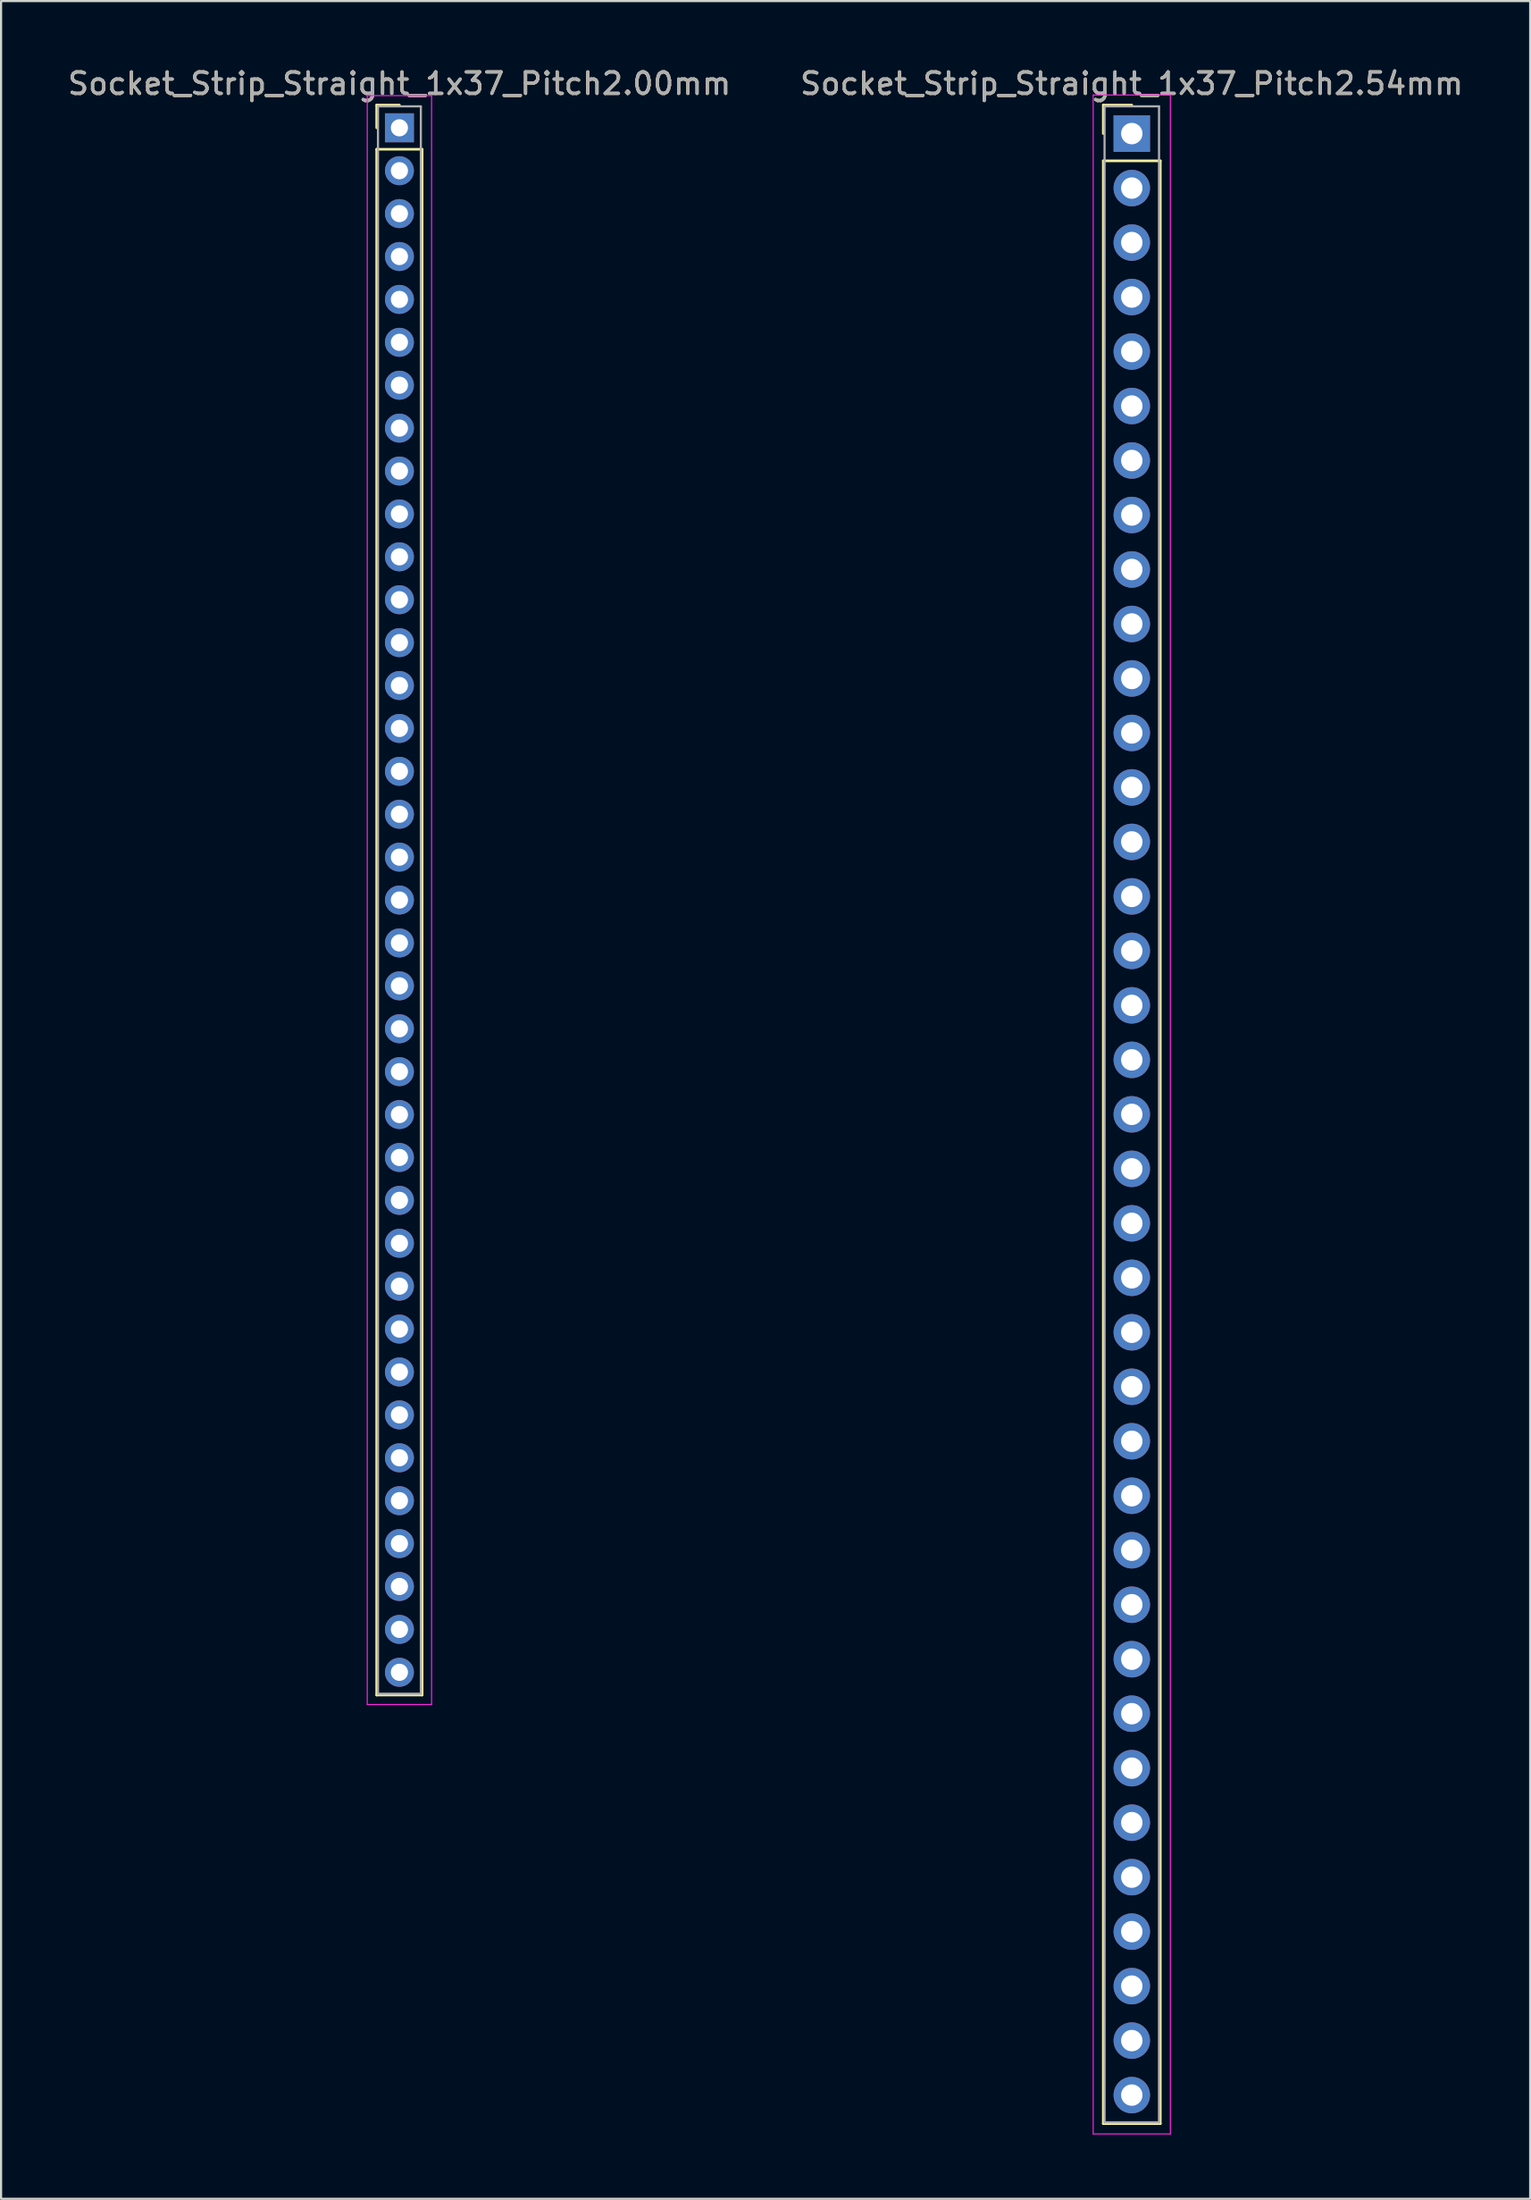
<source format=kicad_pcb>
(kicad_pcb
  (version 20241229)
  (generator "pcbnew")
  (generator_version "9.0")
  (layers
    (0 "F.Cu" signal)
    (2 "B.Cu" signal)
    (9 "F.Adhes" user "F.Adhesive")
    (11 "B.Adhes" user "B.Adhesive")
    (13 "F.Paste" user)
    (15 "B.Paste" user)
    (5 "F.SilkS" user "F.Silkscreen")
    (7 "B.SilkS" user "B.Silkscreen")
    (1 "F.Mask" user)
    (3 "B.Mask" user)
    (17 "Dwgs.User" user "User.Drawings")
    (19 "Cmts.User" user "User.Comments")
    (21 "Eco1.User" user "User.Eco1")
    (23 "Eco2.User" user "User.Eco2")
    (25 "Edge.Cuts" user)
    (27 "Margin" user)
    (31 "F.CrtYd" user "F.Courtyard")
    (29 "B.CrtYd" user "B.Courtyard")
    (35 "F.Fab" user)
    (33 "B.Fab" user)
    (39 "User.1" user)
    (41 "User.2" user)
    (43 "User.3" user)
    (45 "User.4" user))
  (footprint "Socket_Strip_Straight_1x37_Pitch2.54mm"
    (layer "F.Cu")
    (at 49.732 3.178)
    (property "Reference" "Socket_Strip_Straight_1x37_Pitch2.54mm" (at 0 -2.33 0) (layer "F.SilkS") (effects (font (size 1 1) (thickness 0.15))))
    (attr through_hole)
    (fp_line (start -1.33 -1.33) (end 0 -1.33) (stroke (width 0.12) (type solid)) (layer "F.SilkS"))
    (fp_line (start -1.33 0) (end -1.33 -1.33) (stroke (width 0.12) (type solid)) (layer "F.SilkS"))
    (fp_line (start -1.33 1.27) (end -1.33 92.77) (stroke (width 0.12) (type solid)) (layer "F.SilkS"))
    (fp_line (start -1.33 92.77) (end 1.33 92.77) (stroke (width 0.12) (type solid)) (layer "F.SilkS"))
    (fp_line (start 1.33 1.27) (end -1.33 1.27) (stroke (width 0.12) (type solid)) (layer "F.SilkS"))
    (fp_line (start 1.33 92.77) (end 1.33 1.27) (stroke (width 0.12) (type solid)) (layer "F.SilkS"))
    (fp_line (start -1.8 -1.8) (end -1.8 93.25) (stroke (width 0.05) (type solid)) (layer "F.CrtYd"))
    (fp_line (start -1.8 93.25) (end 1.8 93.25) (stroke (width 0.05) (type solid)) (layer "F.CrtYd"))
    (fp_line (start 1.8 -1.8) (end -1.8 -1.8) (stroke (width 0.05) (type solid)) (layer "F.CrtYd"))
    (fp_line (start 1.8 93.25) (end 1.8 -1.8) (stroke (width 0.05) (type solid)) (layer "F.CrtYd"))
    (fp_line (start -1.27 -1.27) (end -1.27 92.71) (stroke (width 0.1) (type solid)) (layer "F.Fab"))
    (fp_line (start -1.27 92.71) (end 1.27 92.71) (stroke (width 0.1) (type solid)) (layer "F.Fab"))
    (fp_line (start 1.27 -1.27) (end -1.27 -1.27) (stroke (width 0.1) (type solid)) (layer "F.Fab"))
    (fp_line (start 1.27 92.71) (end 1.27 -1.27) (stroke (width 0.1) (type solid)) (layer "F.Fab"))
    (fp_text user "${REFERENCE}" (at 0 -2.33 0) (layer "F.Fab") (effects (font (size 1 1) (thickness 0.15))))
    (pad "1" thru_hole rect (at 0 0) (size 1.7 1.7) (drill 1) (layers "*.Cu" "*.Mask"))
    (pad "2" thru_hole oval (at 0 2.54) (size 1.7 1.7) (drill 1) (layers "*.Cu" "*.Mask"))
    (pad "3" thru_hole oval (at 0 5.08) (size 1.7 1.7) (drill 1) (layers "*.Cu" "*.Mask"))
    (pad "4" thru_hole oval (at 0 7.62) (size 1.7 1.7) (drill 1) (layers "*.Cu" "*.Mask"))
    (pad "5" thru_hole oval (at 0 10.16) (size 1.7 1.7) (drill 1) (layers "*.Cu" "*.Mask"))
    (pad "6" thru_hole oval (at 0 12.7) (size 1.7 1.7) (drill 1) (layers "*.Cu" "*.Mask"))
    (pad "7" thru_hole oval (at 0 15.24) (size 1.7 1.7) (drill 1) (layers "*.Cu" "*.Mask"))
    (pad "8" thru_hole oval (at 0 17.78) (size 1.7 1.7) (drill 1) (layers "*.Cu" "*.Mask"))
    (pad "9" thru_hole oval (at 0 20.32) (size 1.7 1.7) (drill 1) (layers "*.Cu" "*.Mask"))
    (pad "10" thru_hole oval (at 0 22.86) (size 1.7 1.7) (drill 1) (layers "*.Cu" "*.Mask"))
    (pad "11" thru_hole oval (at 0 25.4) (size 1.7 1.7) (drill 1) (layers "*.Cu" "*.Mask"))
    (pad "12" thru_hole oval (at 0 27.94) (size 1.7 1.7) (drill 1) (layers "*.Cu" "*.Mask"))
    (pad "13" thru_hole oval (at 0 30.48) (size 1.7 1.7) (drill 1) (layers "*.Cu" "*.Mask"))
    (pad "14" thru_hole oval (at 0 33.02) (size 1.7 1.7) (drill 1) (layers "*.Cu" "*.Mask"))
    (pad "15" thru_hole oval (at 0 35.56) (size 1.7 1.7) (drill 1) (layers "*.Cu" "*.Mask"))
    (pad "16" thru_hole oval (at 0 38.1) (size 1.7 1.7) (drill 1) (layers "*.Cu" "*.Mask"))
    (pad "17" thru_hole oval (at 0 40.64) (size 1.7 1.7) (drill 1) (layers "*.Cu" "*.Mask"))
    (pad "18" thru_hole oval (at 0 43.18) (size 1.7 1.7) (drill 1) (layers "*.Cu" "*.Mask"))
    (pad "19" thru_hole oval (at 0 45.72) (size 1.7 1.7) (drill 1) (layers "*.Cu" "*.Mask"))
    (pad "20" thru_hole oval (at 0 48.26) (size 1.7 1.7) (drill 1) (layers "*.Cu" "*.Mask"))
    (pad "21" thru_hole oval (at 0 50.8) (size 1.7 1.7) (drill 1) (layers "*.Cu" "*.Mask"))
    (pad "22" thru_hole oval (at 0 53.34) (size 1.7 1.7) (drill 1) (layers "*.Cu" "*.Mask"))
    (pad "23" thru_hole oval (at 0 55.88) (size 1.7 1.7) (drill 1) (layers "*.Cu" "*.Mask"))
    (pad "24" thru_hole oval (at 0 58.42) (size 1.7 1.7) (drill 1) (layers "*.Cu" "*.Mask"))
    (pad "25" thru_hole oval (at 0 60.96) (size 1.7 1.7) (drill 1) (layers "*.Cu" "*.Mask"))
    (pad "26" thru_hole oval (at 0 63.5) (size 1.7 1.7) (drill 1) (layers "*.Cu" "*.Mask"))
    (pad "27" thru_hole oval (at 0 66.04) (size 1.7 1.7) (drill 1) (layers "*.Cu" "*.Mask"))
    (pad "28" thru_hole oval (at 0 68.58) (size 1.7 1.7) (drill 1) (layers "*.Cu" "*.Mask"))
    (pad "29" thru_hole oval (at 0 71.12) (size 1.7 1.7) (drill 1) (layers "*.Cu" "*.Mask"))
    (pad "30" thru_hole oval (at 0 73.66) (size 1.7 1.7) (drill 1) (layers "*.Cu" "*.Mask"))
    (pad "31" thru_hole oval (at 0 76.2) (size 1.7 1.7) (drill 1) (layers "*.Cu" "*.Mask"))
    (pad "32" thru_hole oval (at 0 78.74) (size 1.7 1.7) (drill 1) (layers "*.Cu" "*.Mask"))
    (pad "33" thru_hole oval (at 0 81.28) (size 1.7 1.7) (drill 1) (layers "*.Cu" "*.Mask"))
    (pad "34" thru_hole oval (at 0 83.82) (size 1.7 1.7) (drill 1) (layers "*.Cu" "*.Mask"))
    (pad "35" thru_hole oval (at 0 86.36) (size 1.7 1.7) (drill 1) (layers "*.Cu" "*.Mask"))
    (pad "36" thru_hole oval (at 0 88.9) (size 1.7 1.7) (drill 1) (layers "*.Cu" "*.Mask"))
    (pad "37" thru_hole oval (at 0 91.44) (size 1.7 1.7) (drill 1) (layers "*.Cu" "*.Mask")))
  (footprint "Socket_Strip_Straight_1x37_Pitch2.00mm"
    (layer "F.Cu")
    (at 15.577 2.908)
    (property "Reference" "Socket_Strip_Straight_1x37_Pitch2.00mm" (at 0 -2.06 0) (layer "F.SilkS") (effects (font (size 1 1) (thickness 0.15))))
    (attr through_hole)
    (fp_line (start -1.06 -1.06) (end 0 -1.06) (stroke (width 0.12) (type solid)) (layer "F.SilkS"))
    (fp_line (start -1.06 0) (end -1.06 -1.06) (stroke (width 0.12) (type solid)) (layer "F.SilkS"))
    (fp_line (start -1.06 1) (end -1.06 73.06) (stroke (width 0.12) (type solid)) (layer "F.SilkS"))
    (fp_line (start -1.06 73.06) (end 1.06 73.06) (stroke (width 0.12) (type solid)) (layer "F.SilkS"))
    (fp_line (start 1.06 1) (end -1.06 1) (stroke (width 0.12) (type solid)) (layer "F.SilkS"))
    (fp_line (start 1.06 73.06) (end 1.06 1) (stroke (width 0.12) (type solid)) (layer "F.SilkS"))
    (fp_line (start -1.5 -1.5) (end -1.5 73.5) (stroke (width 0.05) (type solid)) (layer "F.CrtYd"))
    (fp_line (start -1.5 73.5) (end 1.5 73.5) (stroke (width 0.05) (type solid)) (layer "F.CrtYd"))
    (fp_line (start 1.5 -1.5) (end -1.5 -1.5) (stroke (width 0.05) (type solid)) (layer "F.CrtYd"))
    (fp_line (start 1.5 73.5) (end 1.5 -1.5) (stroke (width 0.05) (type solid)) (layer "F.CrtYd"))
    (fp_line (start -1 -1) (end -1 73) (stroke (width 0.1) (type solid)) (layer "F.Fab"))
    (fp_line (start -1 73) (end 1 73) (stroke (width 0.1) (type solid)) (layer "F.Fab"))
    (fp_line (start 1 -1) (end -1 -1) (stroke (width 0.1) (type solid)) (layer "F.Fab"))
    (fp_line (start 1 73) (end 1 -1) (stroke (width 0.1) (type solid)) (layer "F.Fab"))
    (fp_text user "${REFERENCE}" (at 0 -2.06 0) (layer "F.Fab") (effects (font (size 1 1) (thickness 0.15))))
    (pad "1" thru_hole rect (at 0 0) (size 1.35 1.35) (drill 0.8) (layers "*.Cu" "*.Mask"))
    (pad "2" thru_hole oval (at 0 2) (size 1.35 1.35) (drill 0.8) (layers "*.Cu" "*.Mask"))
    (pad "3" thru_hole oval (at 0 4) (size 1.35 1.35) (drill 0.8) (layers "*.Cu" "*.Mask"))
    (pad "4" thru_hole oval (at 0 6) (size 1.35 1.35) (drill 0.8) (layers "*.Cu" "*.Mask"))
    (pad "5" thru_hole oval (at 0 8) (size 1.35 1.35) (drill 0.8) (layers "*.Cu" "*.Mask"))
    (pad "6" thru_hole oval (at 0 10) (size 1.35 1.35) (drill 0.8) (layers "*.Cu" "*.Mask"))
    (pad "7" thru_hole oval (at 0 12) (size 1.35 1.35) (drill 0.8) (layers "*.Cu" "*.Mask"))
    (pad "8" thru_hole oval (at 0 14) (size 1.35 1.35) (drill 0.8) (layers "*.Cu" "*.Mask"))
    (pad "9" thru_hole oval (at 0 16) (size 1.35 1.35) (drill 0.8) (layers "*.Cu" "*.Mask"))
    (pad "10" thru_hole oval (at 0 18) (size 1.35 1.35) (drill 0.8) (layers "*.Cu" "*.Mask"))
    (pad "11" thru_hole oval (at 0 20) (size 1.35 1.35) (drill 0.8) (layers "*.Cu" "*.Mask"))
    (pad "12" thru_hole oval (at 0 22) (size 1.35 1.35) (drill 0.8) (layers "*.Cu" "*.Mask"))
    (pad "13" thru_hole oval (at 0 24) (size 1.35 1.35) (drill 0.8) (layers "*.Cu" "*.Mask"))
    (pad "14" thru_hole oval (at 0 26) (size 1.35 1.35) (drill 0.8) (layers "*.Cu" "*.Mask"))
    (pad "15" thru_hole oval (at 0 28) (size 1.35 1.35) (drill 0.8) (layers "*.Cu" "*.Mask"))
    (pad "16" thru_hole oval (at 0 30) (size 1.35 1.35) (drill 0.8) (layers "*.Cu" "*.Mask"))
    (pad "17" thru_hole oval (at 0 32) (size 1.35 1.35) (drill 0.8) (layers "*.Cu" "*.Mask"))
    (pad "18" thru_hole oval (at 0 34) (size 1.35 1.35) (drill 0.8) (layers "*.Cu" "*.Mask"))
    (pad "19" thru_hole oval (at 0 36) (size 1.35 1.35) (drill 0.8) (layers "*.Cu" "*.Mask"))
    (pad "20" thru_hole oval (at 0 38) (size 1.35 1.35) (drill 0.8) (layers "*.Cu" "*.Mask"))
    (pad "21" thru_hole oval (at 0 40) (size 1.35 1.35) (drill 0.8) (layers "*.Cu" "*.Mask"))
    (pad "22" thru_hole oval (at 0 42) (size 1.35 1.35) (drill 0.8) (layers "*.Cu" "*.Mask"))
    (pad "23" thru_hole oval (at 0 44) (size 1.35 1.35) (drill 0.8) (layers "*.Cu" "*.Mask"))
    (pad "24" thru_hole oval (at 0 46) (size 1.35 1.35) (drill 0.8) (layers "*.Cu" "*.Mask"))
    (pad "25" thru_hole oval (at 0 48) (size 1.35 1.35) (drill 0.8) (layers "*.Cu" "*.Mask"))
    (pad "26" thru_hole oval (at 0 50) (size 1.35 1.35) (drill 0.8) (layers "*.Cu" "*.Mask"))
    (pad "27" thru_hole oval (at 0 52) (size 1.35 1.35) (drill 0.8) (layers "*.Cu" "*.Mask"))
    (pad "28" thru_hole oval (at 0 54) (size 1.35 1.35) (drill 0.8) (layers "*.Cu" "*.Mask"))
    (pad "29" thru_hole oval (at 0 56) (size 1.35 1.35) (drill 0.8) (layers "*.Cu" "*.Mask"))
    (pad "30" thru_hole oval (at 0 58) (size 1.35 1.35) (drill 0.8) (layers "*.Cu" "*.Mask"))
    (pad "31" thru_hole oval (at 0 60) (size 1.35 1.35) (drill 0.8) (layers "*.Cu" "*.Mask"))
    (pad "32" thru_hole oval (at 0 62) (size 1.35 1.35) (drill 0.8) (layers "*.Cu" "*.Mask"))
    (pad "33" thru_hole oval (at 0 64) (size 1.35 1.35) (drill 0.8) (layers "*.Cu" "*.Mask"))
    (pad "34" thru_hole oval (at 0 66) (size 1.35 1.35) (drill 0.8) (layers "*.Cu" "*.Mask"))
    (pad "35" thru_hole oval (at 0 68) (size 1.35 1.35) (drill 0.8) (layers "*.Cu" "*.Mask"))
    (pad "36" thru_hole oval (at 0 70) (size 1.35 1.35) (drill 0.8) (layers "*.Cu" "*.Mask"))
    (pad "37" thru_hole oval (at 0 72) (size 1.35 1.35) (drill 0.8) (layers "*.Cu" "*.Mask")))
  (gr_rect
    (start -3 -3)
    (end 68.31 99.453)
    (stroke (width 0.1) (type default))
    (fill no)
    (layer "Edge.Cuts")))
</source>
